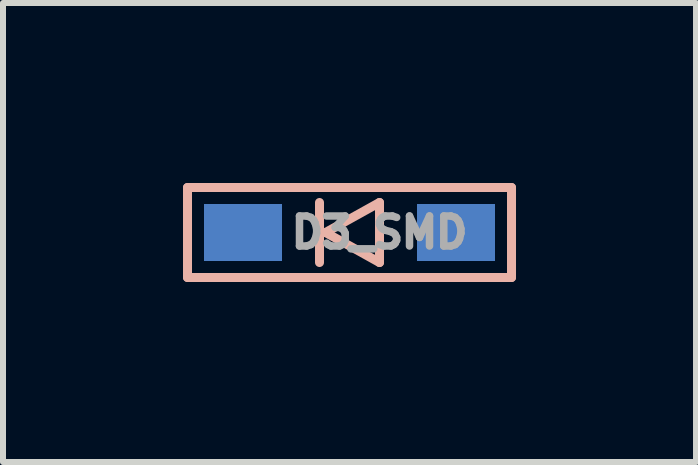
<source format=kicad_pcb>
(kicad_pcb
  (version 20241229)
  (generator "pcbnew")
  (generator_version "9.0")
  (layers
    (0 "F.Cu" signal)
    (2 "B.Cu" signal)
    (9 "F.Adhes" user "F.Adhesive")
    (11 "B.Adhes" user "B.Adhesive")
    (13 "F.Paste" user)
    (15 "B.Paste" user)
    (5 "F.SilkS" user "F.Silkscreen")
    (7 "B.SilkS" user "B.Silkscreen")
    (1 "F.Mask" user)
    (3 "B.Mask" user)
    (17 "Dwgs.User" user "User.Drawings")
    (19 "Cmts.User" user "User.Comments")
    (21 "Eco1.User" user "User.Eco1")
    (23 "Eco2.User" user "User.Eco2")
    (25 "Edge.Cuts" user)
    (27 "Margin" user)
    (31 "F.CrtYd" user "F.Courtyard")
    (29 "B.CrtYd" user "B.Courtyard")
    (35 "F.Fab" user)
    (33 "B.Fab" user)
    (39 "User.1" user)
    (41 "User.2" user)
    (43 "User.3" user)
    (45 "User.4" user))
  (footprint "D3_SMD"
    (layer "F.Cu")
    (at 2.775 0.825)
    (property "Reference" "D3_SMD" (at 0.5 0 0) (layer "F.Fab") (effects (font (size 0.5 0.5) (thickness 0.125))))
    (attr through_hole)
    (fp_line (start -2.7 -0.75) (end -2.7 0.75) (stroke (width 0.15) (type solid)) (layer "B.SilkS"))
    (fp_line (start -2.7 0.75) (end 2.7 0.75) (stroke (width 0.15) (type solid)) (layer "B.SilkS"))
    (fp_line (start -0.5 -0.5) (end -0.5 0.5) (stroke (width 0.15) (type solid)) (layer "B.SilkS"))
    (fp_line (start -0.4 0) (end 0.5 -0.5) (stroke (width 0.15) (type solid)) (layer "B.SilkS"))
    (fp_line (start 0.5 -0.5) (end 0.5 0.5) (stroke (width 0.15) (type solid)) (layer "B.SilkS"))
    (fp_line (start 0.5 0.5) (end -0.4 0) (stroke (width 0.15) (type solid)) (layer "B.SilkS"))
    (fp_line (start 2.7 -0.75) (end -2.7 -0.75) (stroke (width 0.15) (type solid)) (layer "B.SilkS"))
    (fp_line (start 2.7 0.75) (end 2.7 -0.75) (stroke (width 0.15) (type solid)) (layer "B.SilkS"))
    (pad "1" smd rect (at -1.775 0) (size 1.3 0.95) (layers "B.Cu" "B.Mask" "B.Paste"))
    (pad "2" smd rect (at 1.775 0) (size 1.3 0.95) (layers "B.Cu" "B.Mask" "B.Paste")))
  (gr_rect
    (start -3 -3)
    (end 8.55 4.65)
    (stroke (width 0.1) (type default))
    (fill no)
    (layer "Edge.Cuts")))
</source>
